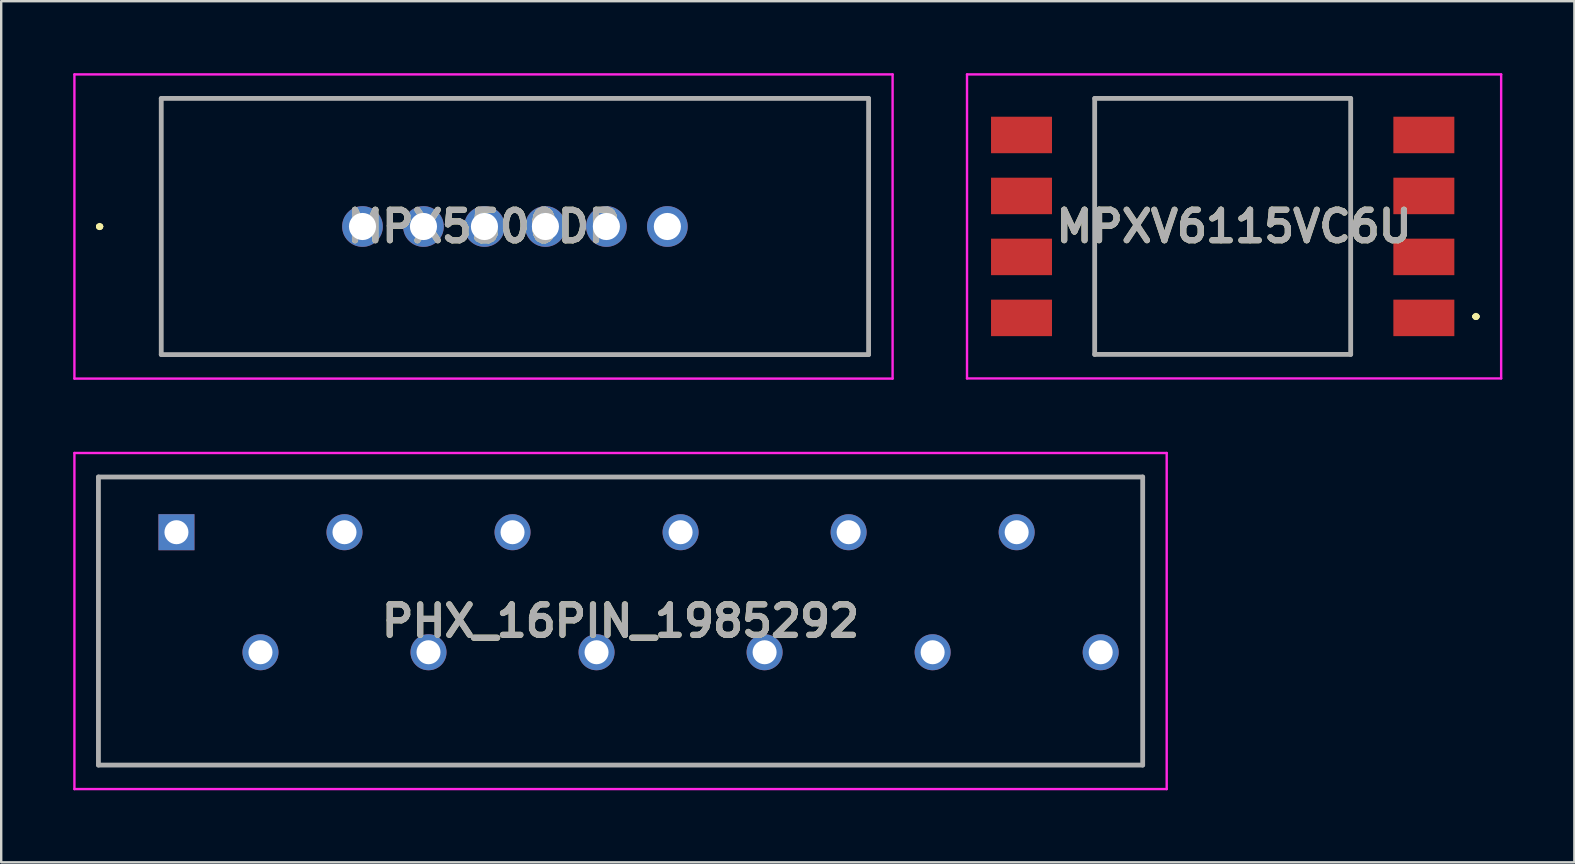
<source format=kicad_pcb>
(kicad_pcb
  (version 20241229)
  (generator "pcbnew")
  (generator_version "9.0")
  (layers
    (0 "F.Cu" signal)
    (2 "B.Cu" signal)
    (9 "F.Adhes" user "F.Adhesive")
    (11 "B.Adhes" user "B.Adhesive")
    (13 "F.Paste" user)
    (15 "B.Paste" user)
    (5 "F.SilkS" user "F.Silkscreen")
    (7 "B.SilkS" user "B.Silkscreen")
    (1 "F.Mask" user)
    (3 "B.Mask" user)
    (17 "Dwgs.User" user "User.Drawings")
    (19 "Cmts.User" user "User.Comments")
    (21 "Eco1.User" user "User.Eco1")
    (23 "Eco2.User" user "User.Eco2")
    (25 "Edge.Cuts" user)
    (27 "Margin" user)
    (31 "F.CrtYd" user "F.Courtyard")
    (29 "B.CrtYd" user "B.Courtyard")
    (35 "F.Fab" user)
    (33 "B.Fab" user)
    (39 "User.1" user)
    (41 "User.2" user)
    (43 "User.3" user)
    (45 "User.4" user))
  (footprint "MPXV6115VC6U"
    (layer "F.Cu")
    (at 47.882 6.382)
    (property "Reference" "MPXV6115VC6U" (at 0.475 0 0) (layer "F.SilkS") (effects (font (size 1.27 1.27) (thickness 0.254))))
    (attr smd)
    (fp_line (start -5.332 -5.332) (end 5.332 -5.332) (stroke (width 0.1) (type solid)) (layer "F.SilkS"))
    (fp_line (start -5.332 5.332) (end -5.332 -5.332) (stroke (width 0.1) (type solid)) (layer "F.SilkS"))
    (fp_line (start 5.332 -5.332) (end 5.332 5.332) (stroke (width 0.1) (type solid)) (layer "F.SilkS"))
    (fp_line (start 5.332 5.332) (end -5.332 5.332) (stroke (width 0.1) (type solid)) (layer "F.SilkS"))
    (fp_line (start 10.5 3.75) (end 10.5 3.75) (stroke (width 0.2) (type solid)) (layer "F.SilkS"))
    (fp_line (start 10.5 3.75) (end 10.5 3.75) (stroke (width 0.2) (type solid)) (layer "F.SilkS"))
    (fp_line (start 10.6 3.75) (end 10.6 3.75) (stroke (width 0.2) (type solid)) (layer "F.SilkS"))
    (fp_arc (start 10.5 3.75) (mid 10.55 3.7) (end 10.6 3.75) (stroke (width 0.2) (type solid)) (layer "F.SilkS"))
    (fp_arc (start 10.6 3.75) (mid 10.55 3.8) (end 10.5 3.75) (stroke (width 0.2) (type solid)) (layer "F.SilkS"))
    (fp_arc (start 10.6 3.75) (mid 10.55 3.8) (end 10.5 3.75) (stroke (width 0.2) (type solid)) (layer "F.SilkS"))
    (fp_line (start -10.65 -6.332) (end 11.6 -6.332) (stroke (width 0.1) (type solid)) (layer "F.CrtYd"))
    (fp_line (start -10.65 6.332) (end -10.65 -6.332) (stroke (width 0.1) (type solid)) (layer "F.CrtYd"))
    (fp_line (start 11.6 -6.332) (end 11.6 6.332) (stroke (width 0.1) (type solid)) (layer "F.CrtYd"))
    (fp_line (start 11.6 6.332) (end -10.65 6.332) (stroke (width 0.1) (type solid)) (layer "F.CrtYd"))
    (fp_line (start -5.332 -5.332) (end -5.332 5.332) (stroke (width 0.2) (type solid)) (layer "F.Fab"))
    (fp_line (start -5.332 5.332) (end 5.332 5.332) (stroke (width 0.2) (type solid)) (layer "F.Fab"))
    (fp_line (start 5.332 -5.332) (end -5.332 -5.332) (stroke (width 0.2) (type solid)) (layer "F.Fab"))
    (fp_line (start 5.332 5.332) (end 5.332 -5.332) (stroke (width 0.2) (type solid)) (layer "F.Fab"))
    (fp_text user "${REFERENCE}" (at 0.475 0 0) (layer "F.Fab") (effects (font (size 1.27 1.27) (thickness 0.254))))
    (pad "1" smd rect (at 8.38 3.81 90) (size 1.52 2.54) (layers "F.Cu" "F.Mask" "F.Paste"))
    (pad "2" smd rect (at 8.38 1.27 90) (size 1.52 2.54) (layers "F.Cu" "F.Mask" "F.Paste"))
    (pad "3" smd rect (at 8.38 -1.27 90) (size 1.52 2.54) (layers "F.Cu" "F.Mask" "F.Paste"))
    (pad "4" smd rect (at 8.38 -3.81 90) (size 1.52 2.54) (layers "F.Cu" "F.Mask" "F.Paste"))
    (pad "5" smd rect (at -8.38 -3.81 90) (size 1.52 2.54) (layers "F.Cu" "F.Mask" "F.Paste"))
    (pad "6" smd rect (at -8.38 -1.27 90) (size 1.52 2.54) (layers "F.Cu" "F.Mask" "F.Paste"))
    (pad "7" smd rect (at -8.38 1.27 90) (size 1.52 2.54) (layers "F.Cu" "F.Mask" "F.Paste"))
    (pad "8" smd rect (at -8.38 3.81 90) (size 1.52 2.54) (layers "F.Cu" "F.Mask" "F.Paste")))
  (footprint "MPX5500DP"
    (layer "F.Cu")
    (at 12.05 6.385)
    (property "Reference" "MPX5500DP" (at 5.041 0 0) (layer "F.SilkS") (effects (font (size 1.27 1.27) (thickness 0.254))))
    (attr through_hole)
    (fp_line (start -11 0) (end -11 0) (stroke (width 0.2) (type solid)) (layer "F.SilkS"))
    (fp_line (start -11 0) (end -11 0) (stroke (width 0.2) (type solid)) (layer "F.SilkS"))
    (fp_line (start -10.9 0) (end -10.9 0) (stroke (width 0.2) (type solid)) (layer "F.SilkS"))
    (fp_line (start -8.383 -5.335) (end 21.082 -5.335) (stroke (width 0.1) (type solid)) (layer "F.SilkS"))
    (fp_line (start -8.383 5.335) (end -8.383 -5.335) (stroke (width 0.1) (type solid)) (layer "F.SilkS"))
    (fp_line (start 21.082 -5.335) (end 21.082 5.335) (stroke (width 0.1) (type solid)) (layer "F.SilkS"))
    (fp_line (start 21.082 5.335) (end -8.383 5.335) (stroke (width 0.1) (type solid)) (layer "F.SilkS"))
    (fp_arc (start -11 0) (mid -10.95 -0.05) (end -10.9 0) (stroke (width 0.2) (type solid)) (layer "F.SilkS"))
    (fp_arc (start -10.9 0) (mid -10.95 0.05) (end -11 0) (stroke (width 0.2) (type solid)) (layer "F.SilkS"))
    (fp_arc (start -10.9 0) (mid -10.95 0.05) (end -11 0) (stroke (width 0.2) (type solid)) (layer "F.SilkS"))
    (fp_line (start -12 -6.335) (end 22.082 -6.335) (stroke (width 0.1) (type solid)) (layer "F.CrtYd"))
    (fp_line (start -12 6.335) (end -12 -6.335) (stroke (width 0.1) (type solid)) (layer "F.CrtYd"))
    (fp_line (start 22.082 -6.335) (end 22.082 6.335) (stroke (width 0.1) (type solid)) (layer "F.CrtYd"))
    (fp_line (start 22.082 6.335) (end -12 6.335) (stroke (width 0.1) (type solid)) (layer "F.CrtYd"))
    (fp_line (start -8.383 -5.335) (end -8.383 5.335) (stroke (width 0.2) (type solid)) (layer "F.Fab"))
    (fp_line (start -8.383 5.335) (end 21.082 5.335) (stroke (width 0.2) (type solid)) (layer "F.Fab"))
    (fp_line (start 21.082 -5.335) (end -8.383 -5.335) (stroke (width 0.2) (type solid)) (layer "F.Fab"))
    (fp_line (start 21.082 5.335) (end 21.082 -5.335) (stroke (width 0.2) (type solid)) (layer "F.Fab"))
    (fp_text user "${REFERENCE}" (at 5.041 0 0) (layer "F.Fab") (effects (font (size 1.27 1.27) (thickness 0.254))))
    (pad "1" thru_hole circle (at 0 0) (size 1.695 1.695) (drill 1.13) (layers "*.Cu" "*.Mask"))
    (pad "2" thru_hole circle (at 2.54 0) (size 1.695 1.695) (drill 1.13) (layers "*.Cu" "*.Mask"))
    (pad "3" thru_hole circle (at 5.08 0) (size 1.695 1.695) (drill 1.13) (layers "*.Cu" "*.Mask"))
    (pad "4" thru_hole circle (at 7.62 0) (size 1.695 1.695) (drill 1.13) (layers "*.Cu" "*.Mask"))
    (pad "5" thru_hole circle (at 10.16 0) (size 1.695 1.695) (drill 1.13) (layers "*.Cu" "*.Mask"))
    (pad "6" thru_hole circle (at 12.7 0) (size 1.695 1.695) (drill 1.13) (layers "*.Cu" "*.Mask")))
  (footprint "PHX_16PIN_1985292"
    (layer "F.Cu")
    (at 4.3 19.12)
    (property "Reference" "PHX_16PIN_1985292" (at 18.5 3.7 0) (layer "F.SilkS") (effects (font (size 1.27 1.27) (thickness 0.254))))
    (attr through_hole)
    (fp_line (start -3.25 -2.3) (end 40.25 -2.3) (stroke (width 0.1) (type solid)) (layer "F.SilkS"))
    (fp_line (start -3.25 9.7) (end -3.25 -2.3) (stroke (width 0.1) (type solid)) (layer "F.SilkS"))
    (fp_line (start 40.25 -2.3) (end 40.25 9.7) (stroke (width 0.1) (type solid)) (layer "F.SilkS"))
    (fp_line (start 40.25 9.7) (end -3.25 9.7) (stroke (width 0.1) (type solid)) (layer "F.SilkS"))
    (fp_line (start -4.25 -3.3) (end 41.25 -3.3) (stroke (width 0.1) (type solid)) (layer "F.CrtYd"))
    (fp_line (start -4.25 10.7) (end -4.25 -3.3) (stroke (width 0.1) (type solid)) (layer "F.CrtYd"))
    (fp_line (start 41.25 -3.3) (end 41.25 10.7) (stroke (width 0.1) (type solid)) (layer "F.CrtYd"))
    (fp_line (start 41.25 10.7) (end -4.25 10.7) (stroke (width 0.1) (type solid)) (layer "F.CrtYd"))
    (fp_line (start -3.25 -2.3) (end 40.25 -2.3) (stroke (width 0.2) (type solid)) (layer "F.Fab"))
    (fp_line (start -3.25 9.7) (end -3.25 -2.3) (stroke (width 0.2) (type solid)) (layer "F.Fab"))
    (fp_line (start 40.25 -2.3) (end 40.25 9.7) (stroke (width 0.2) (type solid)) (layer "F.Fab"))
    (fp_line (start 40.25 9.7) (end -3.25 9.7) (stroke (width 0.2) (type solid)) (layer "F.Fab"))
    (fp_text user "${REFERENCE}" (at 18.5 3.7 0) (layer "F.Fab") (effects (font (size 1.27 1.27) (thickness 0.254))))
    (pad "1" thru_hole rect (at 0 0) (size 1.5 1.5) (drill 1) (layers "*.Cu" "*.Mask"))
    (pad "2" thru_hole circle (at 3.5 5) (size 1.5 1.5) (drill 1) (layers "*.Cu" "*.Mask"))
    (pad "3" thru_hole circle (at 7 0) (size 1.5 1.5) (drill 1) (layers "*.Cu" "*.Mask"))
    (pad "4" thru_hole circle (at 10.5 5) (size 1.5 1.5) (drill 1) (layers "*.Cu" "*.Mask"))
    (pad "5" thru_hole circle (at 14 0) (size 1.5 1.5) (drill 1) (layers "*.Cu" "*.Mask"))
    (pad "6" thru_hole circle (at 17.5 5) (size 1.5 1.5) (drill 1) (layers "*.Cu" "*.Mask"))
    (pad "7" thru_hole circle (at 21 0) (size 1.5 1.5) (drill 1) (layers "*.Cu" "*.Mask"))
    (pad "8" thru_hole circle (at 24.5 5) (size 1.5 1.5) (drill 1) (layers "*.Cu" "*.Mask"))
    (pad "9" thru_hole circle (at 28 0) (size 1.5 1.5) (drill 1) (layers "*.Cu" "*.Mask"))
    (pad "10" thru_hole circle (at 31.5 5) (size 1.5 1.5) (drill 1) (layers "*.Cu" "*.Mask"))
    (pad "11" thru_hole circle (at 35 0) (size 1.5 1.5) (drill 1) (layers "*.Cu" "*.Mask"))
    (pad "12" thru_hole circle (at 38.5 5) (size 1.5 1.5) (drill 1) (layers "*.Cu" "*.Mask")))
  (gr_rect
    (start -3 -3)
    (end 62.532 32.87)
    (stroke (width 0.1) (type default))
    (fill no)
    (layer "Edge.Cuts")))
</source>
